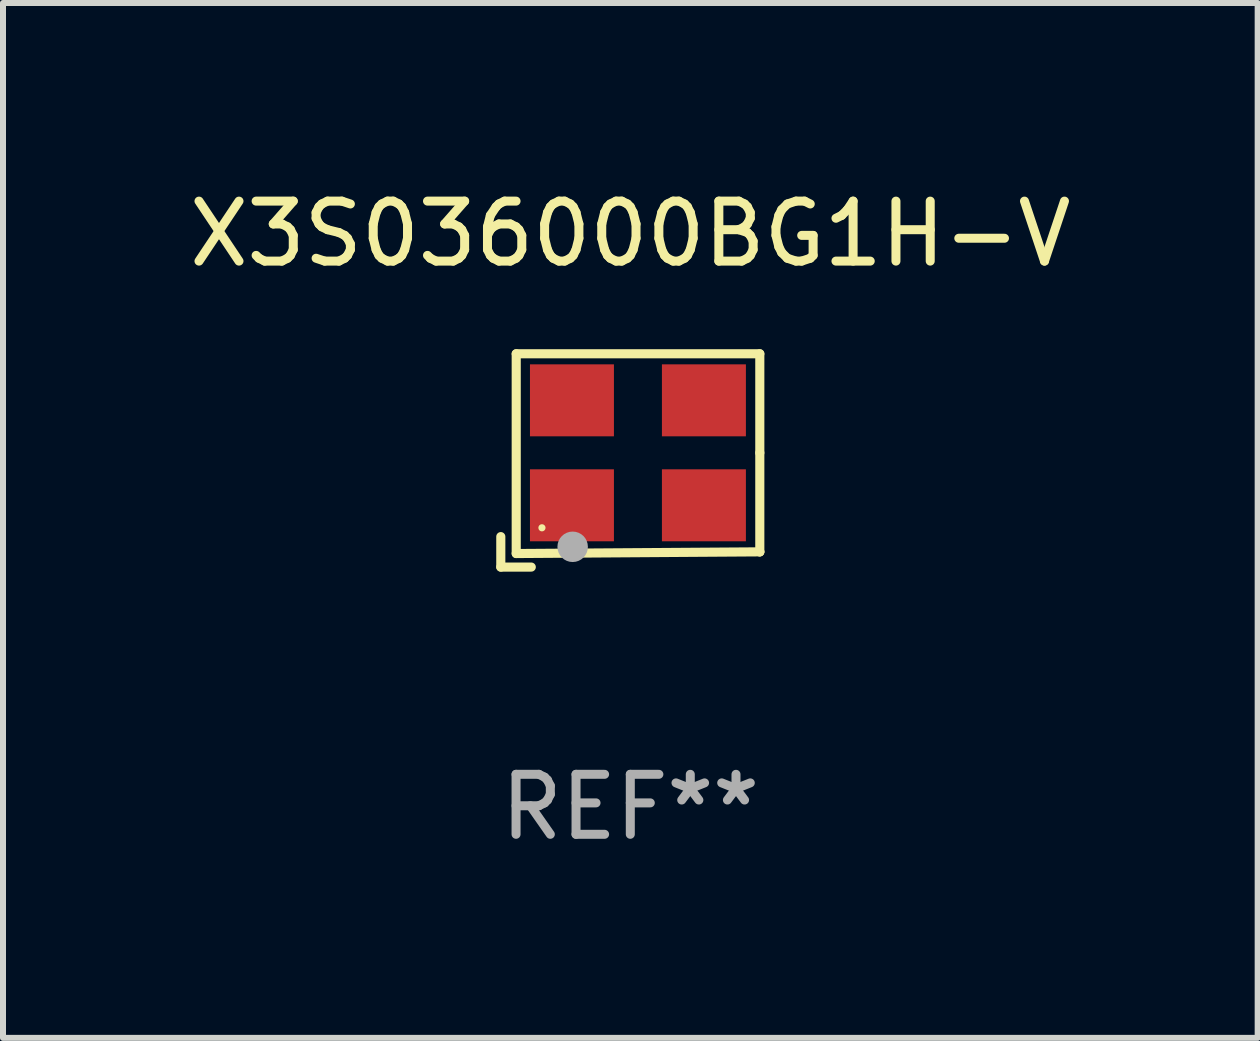
<source format=kicad_pcb>
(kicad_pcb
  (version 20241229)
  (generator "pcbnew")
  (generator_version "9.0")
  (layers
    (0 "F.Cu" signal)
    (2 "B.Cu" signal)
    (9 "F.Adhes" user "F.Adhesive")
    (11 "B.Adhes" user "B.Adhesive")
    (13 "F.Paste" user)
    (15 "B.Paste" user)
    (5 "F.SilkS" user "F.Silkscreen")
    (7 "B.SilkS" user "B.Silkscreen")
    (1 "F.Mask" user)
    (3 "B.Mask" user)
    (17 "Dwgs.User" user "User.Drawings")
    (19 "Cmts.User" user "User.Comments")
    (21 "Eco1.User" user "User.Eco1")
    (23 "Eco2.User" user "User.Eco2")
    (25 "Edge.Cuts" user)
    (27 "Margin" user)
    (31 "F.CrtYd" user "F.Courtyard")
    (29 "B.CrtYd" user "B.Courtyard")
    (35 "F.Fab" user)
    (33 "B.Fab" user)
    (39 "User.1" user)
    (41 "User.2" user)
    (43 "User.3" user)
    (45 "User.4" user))
  (footprint "X3S036000BG1H-V"
    (layer "F.Cu")
    (at 7.458 4.626)
    (property "Reference" "X3S036000BG1H-V" (at 0 -3.778 0) (layer "F.SilkS") (effects (font (size 1 1) (thickness 0.15))))
    (attr through_hole)
    (fp_line (start -2.159 1.27) (end -2.159 1.778) (stroke (width 0.152) (type solid)) (layer "F.SilkS"))
    (fp_line (start -2.159 1.778) (end -1.651 1.778) (stroke (width 0.152) (type solid)) (layer "F.SilkS"))
    (fp_line (start -1.902 -1.778) (end 2.159 -1.778) (stroke (width 0.152) (type solid)) (layer "F.SilkS"))
    (fp_line (start -1.902 1.552) (end -1.902 -1.778) (stroke (width 0.152) (type solid)) (layer "F.SilkS"))
    (fp_line (start 2.159 -1.778) (end 2.159 -0.127) (stroke (width 0.152) (type solid)) (layer "F.SilkS"))
    (fp_line (start 2.159 -0.127) (end 2.159 1.524) (stroke (width 0.152) (type solid)) (layer "F.SilkS"))
    (fp_line (start 2.159 1.524) (end -1.902 1.552) (stroke (width 0.152) (type solid)) (layer "F.SilkS"))
    (fp_line (start 2.159 1.524) (end 2.159 1.524) (stroke (width 0.152) (type solid)) (layer "F.SilkS"))
    (fp_circle (center -1.473 1.123) (end -1.443 1.123) (stroke (width 0.06) (type solid)) (fill no) (layer "F.SilkS"))
    (fp_circle (center -0.961 1.44) (end -0.834 1.44) (stroke (width 0.254) (type solid)) (fill no) (layer "F.Fab"))
    (fp_text user "REF**" (at 0 5.778 0) (layer "F.Fab") (effects (font (size 1 1) (thickness 0.15))))
    (pad "1" smd rect (at -0.973 0.748) (size 1.4 1.2) (layers "F.Cu" "F.Mask" "F.Paste"))
    (pad "2" smd rect (at 1.227 0.748) (size 1.4 1.2) (layers "F.Cu" "F.Mask" "F.Paste"))
    (pad "3" smd rect (at 1.227 -1.002) (size 1.4 1.2) (layers "F.Cu" "F.Mask" "F.Paste"))
    (pad "4" smd rect (at -0.973 -1.002) (size 1.4 1.2) (layers "F.Cu" "F.Mask" "F.Paste")))
  (gr_rect
    (start -3 -3)
    (end 17.917 14.253)
    (stroke (width 0.1) (type default))
    (fill no)
    (layer "Edge.Cuts")))
</source>
